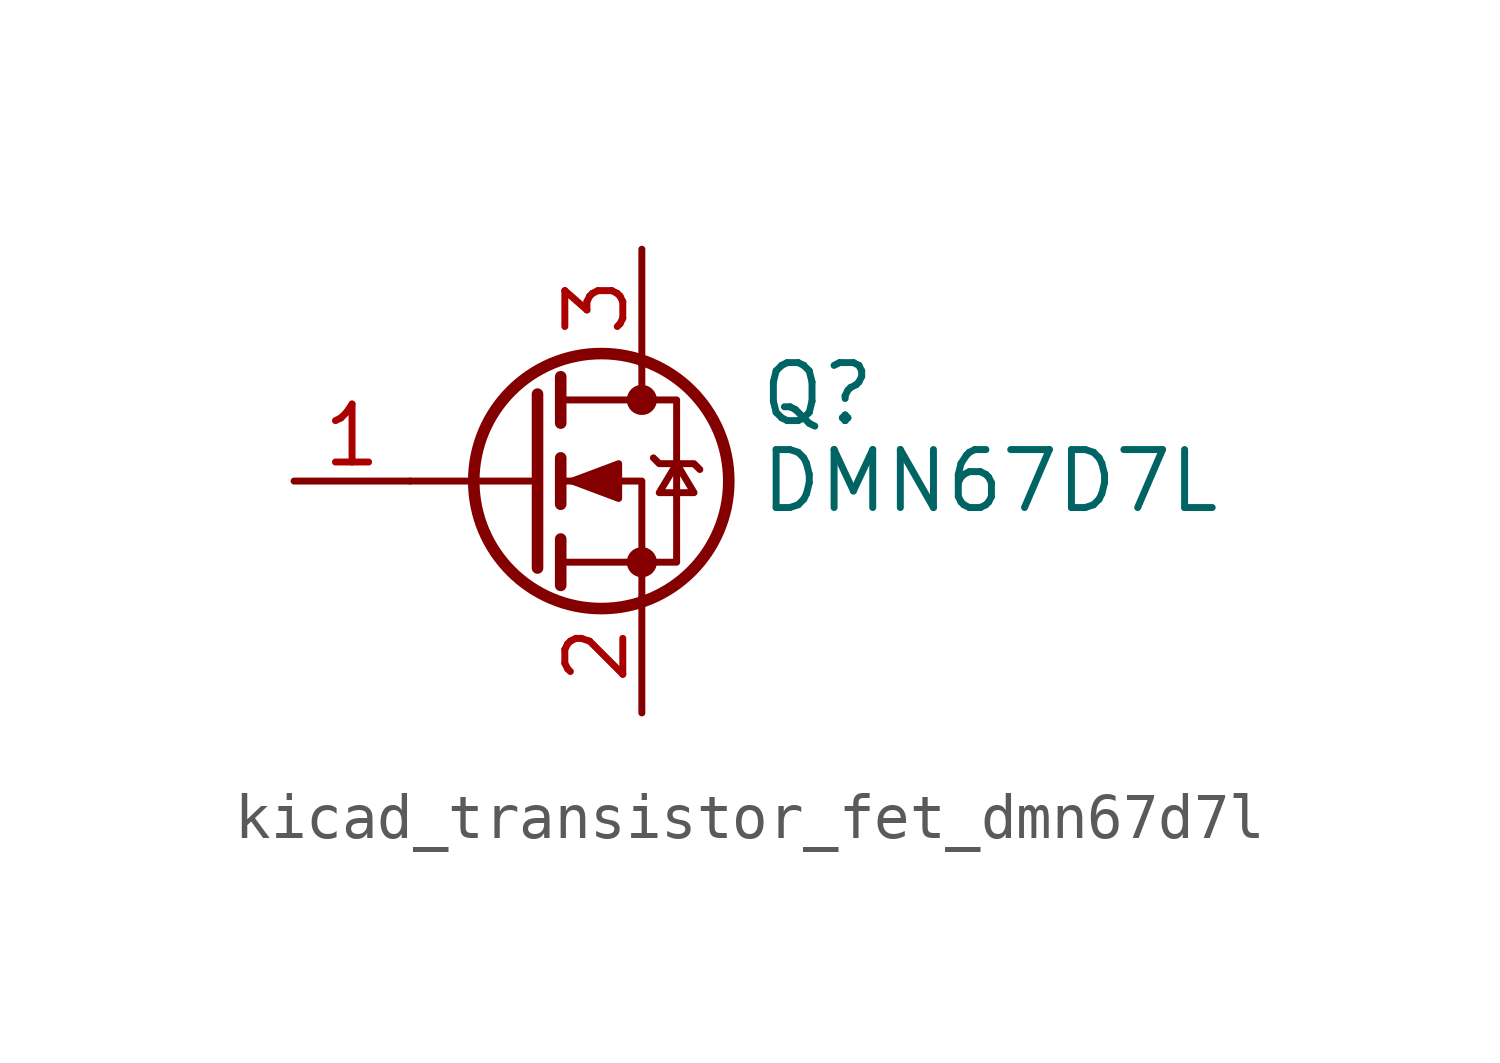
<source format=kicad_sym>
(kicad_symbol_lib
  (version 20220914)
  (generator kicad_symbol_editor)
  (symbol "kicad_transistor_fet_dmn67d7l"
    (pin_names hide)
    (property "Reference" "Q"
      (at 5.08 1.905 0)
      (effects (font (size 1.27 1.27)) (justify left)))
    (property "Value" "DMN67D7L"
      (at 5.08 0 0)
      (effects (font (size 1.27 1.27)) (justify left)))
    (symbol "kicad_transistor_fet_dmn67d7l_0_1"
      (polyline (pts (xy 0.254 0) (xy -2.54 0)) (stroke (width 0) (type default)) (fill (type none)))
      (polyline (pts (xy 0.254 1.905) (xy 0.254 -1.905)) (stroke (width 0.254) (type default)) (fill (type none)))
      (polyline (pts (xy 0.762 -1.27) (xy 0.762 -2.286)) (stroke (width 0.254) (type default)) (fill (type none)))
      (polyline (pts (xy 0.762 0.508) (xy 0.762 -0.508)) (stroke (width 0.254) (type default)) (fill (type none)))
      (polyline (pts (xy 0.762 2.286) (xy 0.762 1.27)) (stroke (width 0.254) (type default)) (fill (type none)))
      (polyline (pts (xy 2.54 2.54) (xy 2.54 1.778)) (stroke (width 0) (type default)) (fill (type none)))
      (polyline (pts (xy 2.54 -2.54) (xy 2.54 0) (xy 0.762 0)) (stroke (width 0) (type default)) (fill (type none)))
      (polyline (pts (xy 0.762 -1.778) (xy 3.302 -1.778) (xy 3.302 1.778) (xy 0.762 1.778)) (stroke (width 0) (type default)) (fill (type none)))
      (polyline (pts (xy 1.016 0) (xy 2.032 0.381) (xy 2.032 -0.381) (xy 1.016 0)) (stroke (width 0) (type default)) (fill (type outline)))
      (polyline (pts (xy 2.794 0.508) (xy 2.921 0.381) (xy 3.683 0.381) (xy 3.81 0.254)) (stroke (width 0) (type default)) (fill (type none)))
      (polyline (pts (xy 3.302 0.381) (xy 2.921 -0.254) (xy 3.683 -0.254) (xy 3.302 0.381)) (stroke (width 0) (type default)) (fill (type none)))
      (circle (center 1.651 0) (radius 2.794) (stroke (width 0.254) (type default)) (fill (type none)))
      (circle (center 2.54 -1.778) (radius 0.254) (stroke (width 0) (type default)) (fill (type outline)))
      (circle (center 2.54 1.778) (radius 0.254) (stroke (width 0) (type default)) (fill (type outline))))
    (symbol "kicad_transistor_fet_dmn67d7l_1_1"
      (pin input line (at -5.08 0 0) (length 2.54) (name "G" (effects (font (size 1.27 1.27)))) (number "1" (effects (font (size 1.27 1.27)))))
      (pin passive line (at 2.54 -5.08 90) (length 2.54) (name "S" (effects (font (size 1.27 1.27)))) (number "2" (effects (font (size 1.27 1.27)))))
      (pin passive line (at 2.54 5.08 270) (length 2.54) (name "D" (effects (font (size 1.27 1.27)))) (number "3" (effects (font (size 1.27 1.27))))))))
</source>
